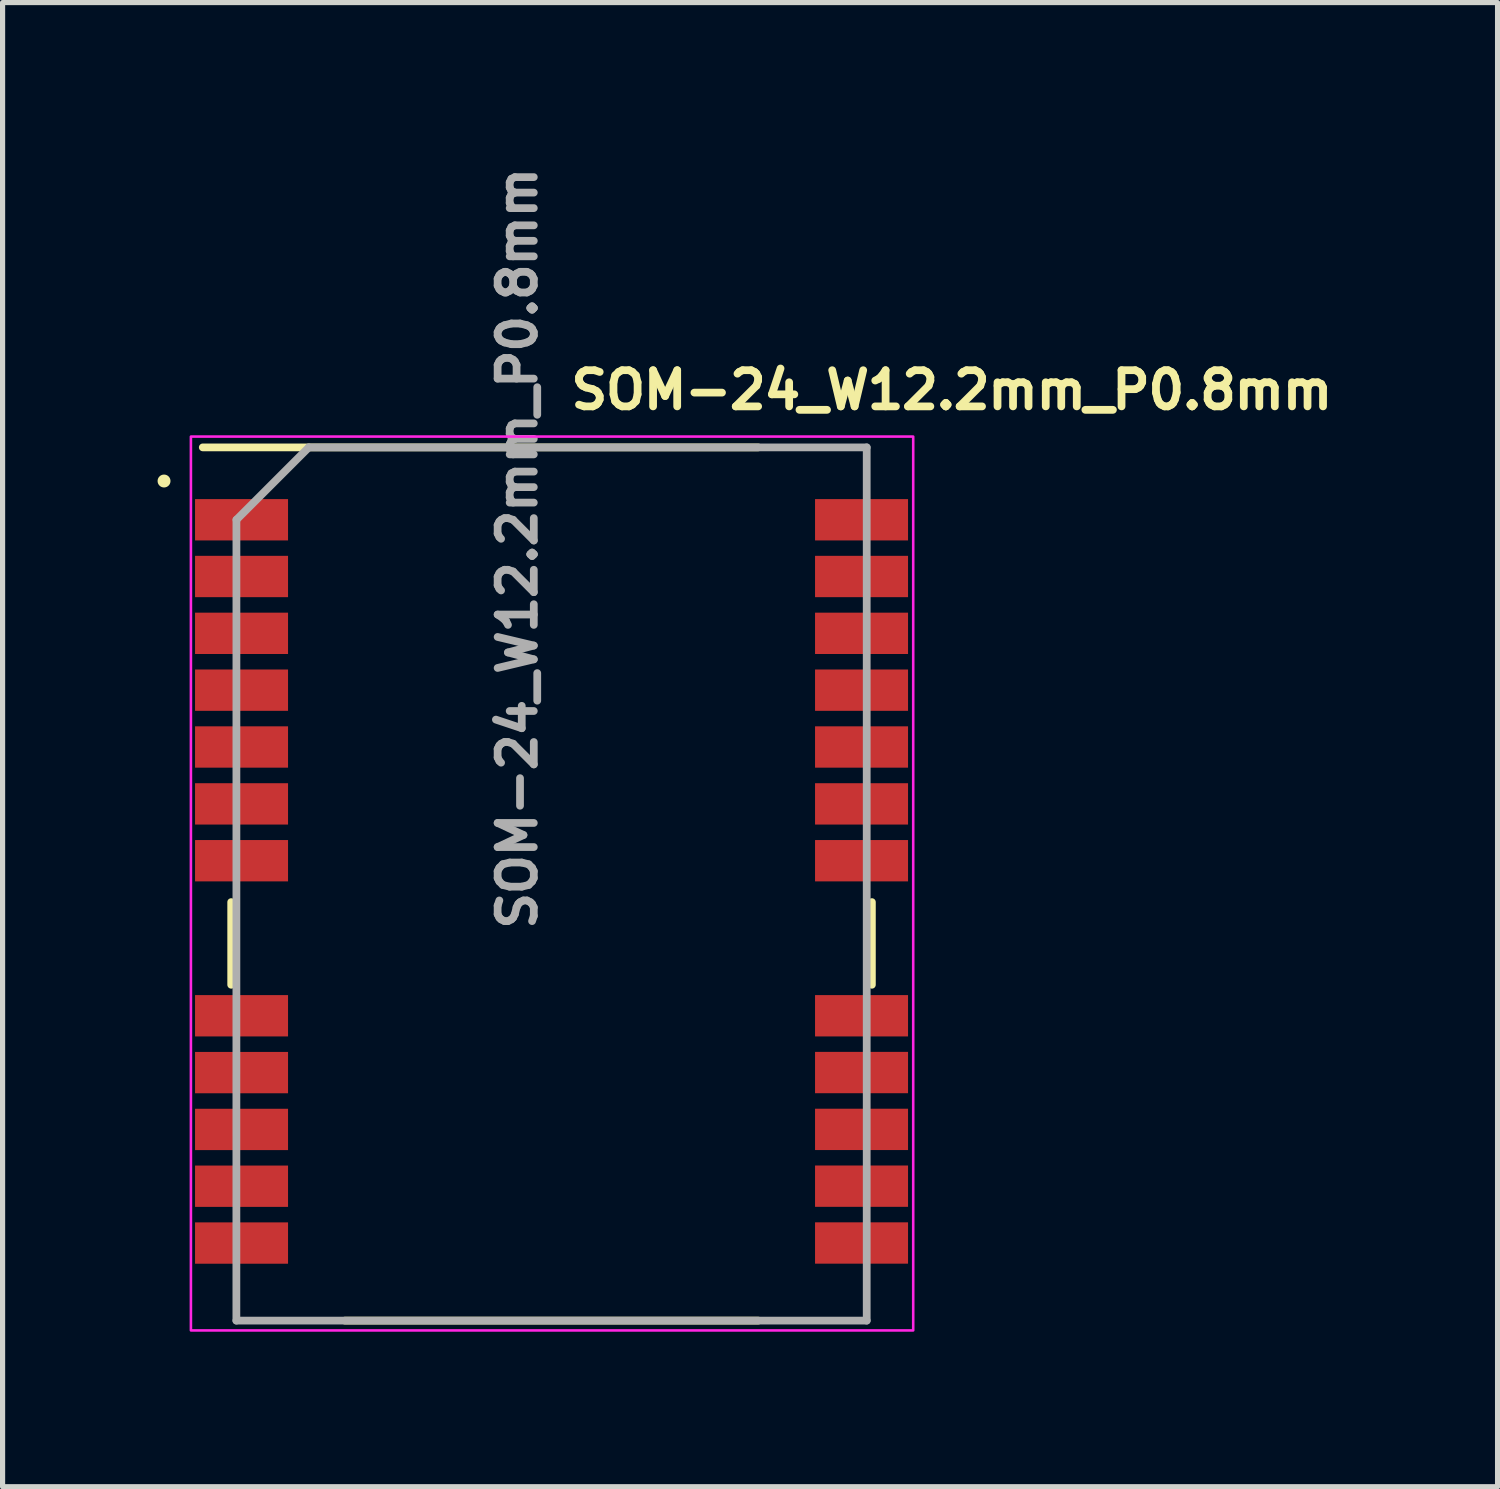
<source format=kicad_pcb>
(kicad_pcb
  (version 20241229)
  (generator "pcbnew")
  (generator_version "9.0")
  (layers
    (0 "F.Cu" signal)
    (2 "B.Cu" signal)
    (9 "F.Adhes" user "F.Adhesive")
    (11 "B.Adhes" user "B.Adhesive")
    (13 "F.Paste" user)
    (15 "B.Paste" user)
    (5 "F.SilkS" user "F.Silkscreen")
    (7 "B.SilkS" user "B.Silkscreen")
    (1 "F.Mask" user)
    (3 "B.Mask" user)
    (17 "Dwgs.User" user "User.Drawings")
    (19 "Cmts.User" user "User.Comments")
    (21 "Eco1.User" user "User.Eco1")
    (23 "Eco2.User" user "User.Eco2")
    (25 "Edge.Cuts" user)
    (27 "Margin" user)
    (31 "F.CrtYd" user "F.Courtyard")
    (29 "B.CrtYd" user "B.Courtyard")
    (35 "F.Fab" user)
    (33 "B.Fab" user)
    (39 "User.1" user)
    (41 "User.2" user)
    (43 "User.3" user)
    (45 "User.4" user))
  (footprint "SOM-24_W12.2mm_P0.8mm"
    (layer "F.Cu")
    (at 1.625 7.01)
    (property "Reference" "SOM-24_W12.2mm_P0.8mm" (at 6.3 -2.101 0) (layer "F.SilkS") (effects (font (size 0.7 0.7) (thickness 0.15)) (justify left bottom)))
    (attr smd)
    (fp_line (start -0.2 7.4) (end -0.2 9) (stroke (width 0.15) (type solid)) (layer "F.SilkS"))
    (fp_line (start 10 -1.401) (end -0.75 -1.401) (stroke (width 0.15) (type solid)) (layer "F.SilkS"))
    (fp_line (start 10 15.5) (end 2 15.5) (stroke (width 0.15) (type solid)) (layer "F.SilkS"))
    (fp_line (start 12.2 7.4) (end 12.2 9) (stroke (width 0.15) (type solid)) (layer "F.SilkS"))
    (fp_circle (center -1.5 -0.75) (end -1.5 -0.7) (stroke (width 0.15) (type solid)) (fill yes) (layer "F.SilkS"))
    (fp_rect (start 13 -1.61) (end -0.98 15.69) (stroke (width 0.05) (type solid)) (fill no) (layer "F.CrtYd"))
    (fp_line (start -0.1 15.5) (end -0.099 0) (stroke (width 0.15) (type solid)) (layer "F.Fab"))
    (fp_line (start -0.099 0) (end 1.301 -1.401) (stroke (width 0.15) (type solid)) (layer "F.Fab"))
    (fp_line (start 1.301 -1.401) (end 12.1 -1.401) (stroke (width 0.15) (type solid)) (layer "F.Fab"))
    (fp_line (start 12.1 -1.401) (end 12.1 15.5) (stroke (width 0.15) (type solid)) (layer "F.Fab"))
    (fp_line (start 12.1 15.5) (end -0.1 15.5) (stroke (width 0.15) (type solid)) (layer "F.Fab"))
    (fp_text user "${REFERENCE}" (at 5.75 8 270) (layer "F.Fab") (effects (font (size 0.7 0.7) (thickness 0.15)) (justify left bottom)))
    (pad "1" smd rect (at 0 0 270) (size 0.8 1.8) (layers "F.Cu" "F.Mask" "F.Paste"))
    (pad "2" smd rect (at 0 1.098 270) (size 0.8 1.8) (layers "F.Cu" "F.Mask" "F.Paste"))
    (pad "3" smd rect (at 0 2.198 270) (size 0.8 1.8) (layers "F.Cu" "F.Mask" "F.Paste"))
    (pad "4" smd rect (at 0 3.298 270) (size 0.8 1.8) (layers "F.Cu" "F.Mask" "F.Paste"))
    (pad "5" smd rect (at 0 4.398 270) (size 0.8 1.8) (layers "F.Cu" "F.Mask" "F.Paste"))
    (pad "6" smd rect (at 0 5.499 270) (size 0.8 1.8) (layers "F.Cu" "F.Mask" "F.Paste"))
    (pad "7" smd rect (at 0 6.599 270) (size 0.8 1.8) (layers "F.Cu" "F.Mask" "F.Paste"))
    (pad "8" smd rect (at 0 9.6 270) (size 0.8 1.8) (layers "F.Cu" "F.Mask" "F.Paste"))
    (pad "9" smd rect (at 0 10.7 270) (size 0.8 1.8) (layers "F.Cu" "F.Mask" "F.Paste"))
    (pad "10" smd rect (at 0 11.8 270) (size 0.8 1.8) (layers "F.Cu" "F.Mask" "F.Paste"))
    (pad "11" smd rect (at 0 12.899 270) (size 0.8 1.8) (layers "F.Cu" "F.Mask" "F.Paste"))
    (pad "12" smd rect (at 0 13.999 270) (size 0.8 1.8) (layers "F.Cu" "F.Mask" "F.Paste"))
    (pad "13" smd rect (at 12 13.998 270) (size 0.8 1.8) (layers "F.Cu" "F.Mask" "F.Paste"))
    (pad "14" smd rect (at 12 12.898 270) (size 0.8 1.8) (layers "F.Cu" "F.Mask" "F.Paste"))
    (pad "15" smd rect (at 12 11.799 270) (size 0.8 1.8) (layers "F.Cu" "F.Mask" "F.Paste"))
    (pad "16" smd rect (at 12 10.699 270) (size 0.8 1.8) (layers "F.Cu" "F.Mask" "F.Paste"))
    (pad "17" smd rect (at 12 9.6 270) (size 0.8 1.8) (layers "F.Cu" "F.Mask" "F.Paste"))
    (pad "18" smd rect (at 12 6.599 270) (size 0.8 1.8) (layers "F.Cu" "F.Mask" "F.Paste"))
    (pad "19" smd rect (at 12 5.499 270) (size 0.8 1.8) (layers "F.Cu" "F.Mask" "F.Paste"))
    (pad "20" smd rect (at 12 4.398 270) (size 0.8 1.8) (layers "F.Cu" "F.Mask" "F.Paste"))
    (pad "21" smd rect (at 12 3.298 270) (size 0.8 1.8) (layers "F.Cu" "F.Mask" "F.Paste"))
    (pad "22" smd rect (at 12 2.198 270) (size 0.8 1.8) (layers "F.Cu" "F.Mask" "F.Paste"))
    (pad "23" smd rect (at 12 1.098 270) (size 0.8 1.8) (layers "F.Cu" "F.Mask" "F.Paste"))
    (pad "24" smd rect (at 12 0 270) (size 0.8 1.8) (layers "F.Cu" "F.Mask" "F.Paste")))
  (gr_rect
    (start -3 -3)
    (end 25.935 25.725)
    (stroke (width 0.1) (type default))
    (fill no)
    (layer "Edge.Cuts")))
</source>
